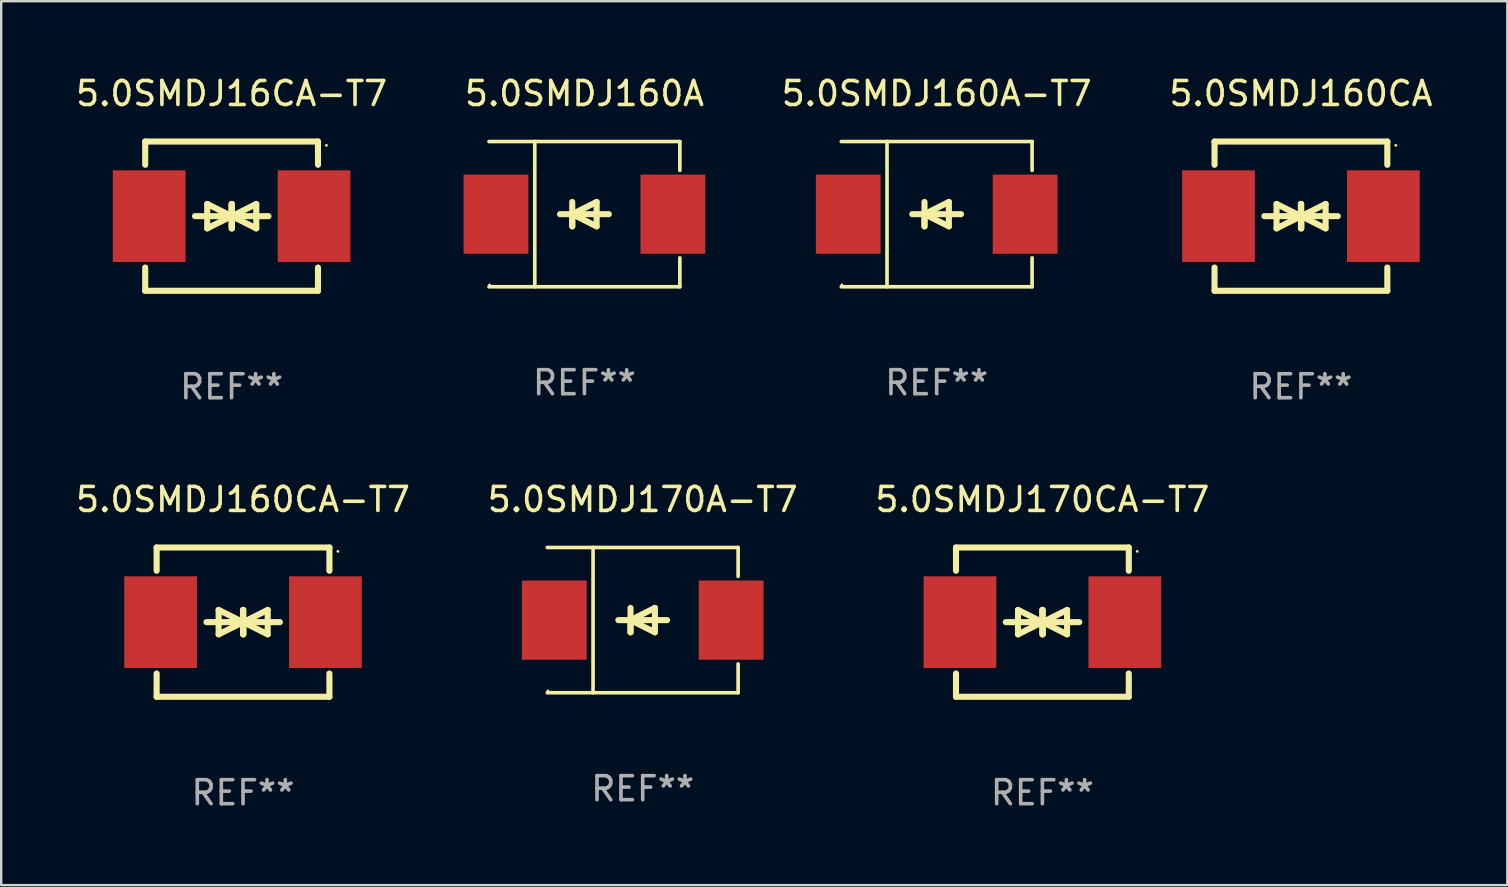
<source format=kicad_pcb>
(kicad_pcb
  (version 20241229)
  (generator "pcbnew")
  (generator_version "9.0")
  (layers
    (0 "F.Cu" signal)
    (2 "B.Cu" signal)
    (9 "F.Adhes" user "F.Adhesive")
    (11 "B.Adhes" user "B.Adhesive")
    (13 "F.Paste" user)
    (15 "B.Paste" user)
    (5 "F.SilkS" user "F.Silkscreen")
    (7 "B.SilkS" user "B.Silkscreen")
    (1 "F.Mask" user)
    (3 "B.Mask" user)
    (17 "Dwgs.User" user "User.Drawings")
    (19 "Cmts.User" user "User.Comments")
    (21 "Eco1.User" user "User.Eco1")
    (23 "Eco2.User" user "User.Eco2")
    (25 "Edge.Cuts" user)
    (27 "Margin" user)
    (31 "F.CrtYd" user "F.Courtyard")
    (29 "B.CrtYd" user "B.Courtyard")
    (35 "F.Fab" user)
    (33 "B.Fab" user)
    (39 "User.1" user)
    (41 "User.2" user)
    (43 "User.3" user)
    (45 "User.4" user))
  (footprint "5.0SMDJ16CA-T7"
    (layer "F.Cu")
    (at 6.601 5.958)
    (property "Reference" "5.0SMDJ16CA-T7" (at 0 -5.11 0) (layer "F.SilkS") (effects (font (size 1 1) (thickness 0.15))))
    (attr through_hole)
    (fp_line (start -3.6 -2.141) (end -3.6 -3.11) (stroke (width 0.254) (type solid)) (layer "F.SilkS"))
    (fp_line (start -3.6 3.11) (end -3.6 2.141) (stroke (width 0.254) (type solid)) (layer "F.SilkS"))
    (fp_line (start -1.524 0) (end 0.508 0) (stroke (width 0.254) (type solid)) (layer "F.SilkS"))
    (fp_line (start -1.016 -0.508) (end -1.016 0.508) (stroke (width 0.254) (type solid)) (layer "F.SilkS"))
    (fp_line (start -1.016 0.508) (end 0 0) (stroke (width 0.254) (type solid)) (layer "F.SilkS"))
    (fp_line (start 0 -0.508) (end 0 0.508) (stroke (width 0.254) (type solid)) (layer "F.SilkS"))
    (fp_line (start 0 0) (end -1.016 -0.508) (stroke (width 0.254) (type solid)) (layer "F.SilkS"))
    (fp_line (start 0 0) (end 0 -0.508) (stroke (width 0.254) (type solid)) (layer "F.SilkS"))
    (fp_line (start 0.012 0) (end 0.012 0.508) (stroke (width 0.254) (type solid)) (layer "F.SilkS"))
    (fp_line (start 0.012 0) (end 1.028 0.508) (stroke (width 0.254) (type solid)) (layer "F.SilkS"))
    (fp_line (start 0.012 0.508) (end 0.012 -0.508) (stroke (width 0.254) (type solid)) (layer "F.SilkS"))
    (fp_line (start 1.028 -0.508) (end 0.012 0) (stroke (width 0.254) (type solid)) (layer "F.SilkS"))
    (fp_line (start 1.028 0.508) (end 1.028 -0.508) (stroke (width 0.254) (type solid)) (layer "F.SilkS"))
    (fp_line (start 1.536 0) (end -0.496 0) (stroke (width 0.254) (type solid)) (layer "F.SilkS"))
    (fp_line (start 3.6 -3.11) (end -3.6 -3.11) (stroke (width 0.254) (type solid)) (layer "F.SilkS"))
    (fp_line (start 3.6 -2.141) (end 3.6 -3.11) (stroke (width 0.254) (type solid)) (layer "F.SilkS"))
    (fp_line (start 3.6 3.11) (end -3.6 3.11) (stroke (width 0.254) (type solid)) (layer "F.SilkS"))
    (fp_line (start 3.6 3.11) (end 3.6 2.141) (stroke (width 0.254) (type solid)) (layer "F.SilkS"))
    (fp_circle (center 3.952 -2.95) (end 3.982 -2.95) (stroke (width 0.06) (type solid)) (fill no) (layer "F.SilkS"))
    (fp_text user "REF**" (at 0 7.11 0) (layer "F.Fab") (effects (font (size 1 1) (thickness 0.15))))
    (pad "1" smd rect (at 3.435 0) (size 3.03 3.82) (layers "F.Cu" "F.Mask" "F.Paste"))
    (pad "2" smd rect (at -3.435 0) (size 3.03 3.82) (layers "F.Cu" "F.Mask" "F.Paste")))
  (footprint "5.0SMDJ170A-T7"
    (layer "F.Cu")
    (at 23.732 22.791)
    (property "Reference" "5.0SMDJ170A-T7" (at 0 -5.026 0) (layer "F.SilkS") (effects (font (size 1 1) (thickness 0.15))))
    (attr through_hole)
    (fp_line (start -3.976 -3.026) (end 3.976 -3.026) (stroke (width 0.152) (type solid)) (layer "F.SilkS"))
    (fp_line (start -3.976 3.026) (end 3.976 3.026) (stroke (width 0.152) (type solid)) (layer "F.SilkS"))
    (fp_line (start -2.069 -3.026) (end -2.069 3.026) (stroke (width 0.152) (type solid)) (layer "F.SilkS"))
    (fp_line (start -0.508 0) (end -0.508 0.508) (stroke (width 0.254) (type solid)) (layer "F.SilkS"))
    (fp_line (start -0.508 0) (end 0.508 0.508) (stroke (width 0.254) (type solid)) (layer "F.SilkS"))
    (fp_line (start -0.508 0.508) (end -0.508 -0.508) (stroke (width 0.254) (type solid)) (layer "F.SilkS"))
    (fp_line (start 0.508 -0.508) (end -0.508 0) (stroke (width 0.254) (type solid)) (layer "F.SilkS"))
    (fp_line (start 0.508 0.508) (end 0.508 -0.508) (stroke (width 0.254) (type solid)) (layer "F.SilkS"))
    (fp_line (start 1.016 0) (end -1.016 0) (stroke (width 0.254) (type solid)) (layer "F.SilkS"))
    (fp_line (start 3.976 -3.026) (end 3.976 -1.823) (stroke (width 0.152) (type solid)) (layer "F.SilkS"))
    (fp_line (start 3.976 3.026) (end 3.976 1.823) (stroke (width 0.152) (type solid)) (layer "F.SilkS"))
    (fp_circle (center -3.95 2.95) (end -3.92 2.95) (stroke (width 0.06) (type solid)) (fill no) (layer "F.SilkS"))
    (fp_text user "REF**" (at 0 7.026 0) (layer "F.Fab") (effects (font (size 1 1) (thickness 0.15))))
    (pad "1" smd rect (at -3.686 0) (size 2.7 3.3) (layers "F.Cu" "F.Mask" "F.Paste"))
    (pad "2" smd rect (at 3.686 0) (size 2.7 3.3) (layers "F.Cu" "F.Mask" "F.Paste")))
  (footprint "5.0SMDJ160A-T7"
    (layer "F.Cu")
    (at 35.982 5.874)
    (property "Reference" "5.0SMDJ160A-T7" (at 0 -5.026 0) (layer "F.SilkS") (effects (font (size 1 1) (thickness 0.15))))
    (attr through_hole)
    (fp_line (start -3.976 -3.026) (end 3.976 -3.026) (stroke (width 0.152) (type solid)) (layer "F.SilkS"))
    (fp_line (start -3.976 3.026) (end 3.976 3.026) (stroke (width 0.152) (type solid)) (layer "F.SilkS"))
    (fp_line (start -2.069 -3.026) (end -2.069 3.026) (stroke (width 0.152) (type solid)) (layer "F.SilkS"))
    (fp_line (start -0.508 0) (end -0.508 0.508) (stroke (width 0.254) (type solid)) (layer "F.SilkS"))
    (fp_line (start -0.508 0) (end 0.508 0.508) (stroke (width 0.254) (type solid)) (layer "F.SilkS"))
    (fp_line (start -0.508 0.508) (end -0.508 -0.508) (stroke (width 0.254) (type solid)) (layer "F.SilkS"))
    (fp_line (start 0.508 -0.508) (end -0.508 0) (stroke (width 0.254) (type solid)) (layer "F.SilkS"))
    (fp_line (start 0.508 0.508) (end 0.508 -0.508) (stroke (width 0.254) (type solid)) (layer "F.SilkS"))
    (fp_line (start 1.016 0) (end -1.016 0) (stroke (width 0.254) (type solid)) (layer "F.SilkS"))
    (fp_line (start 3.976 -3.026) (end 3.976 -1.823) (stroke (width 0.152) (type solid)) (layer "F.SilkS"))
    (fp_line (start 3.976 3.026) (end 3.976 1.823) (stroke (width 0.152) (type solid)) (layer "F.SilkS"))
    (fp_circle (center -3.95 2.95) (end -3.92 2.95) (stroke (width 0.06) (type solid)) (fill no) (layer "F.SilkS"))
    (fp_text user "REF**" (at 0 7.026 0) (layer "F.Fab") (effects (font (size 1 1) (thickness 0.15))))
    (pad "1" smd rect (at -3.686 0) (size 2.7 3.3) (layers "F.Cu" "F.Mask" "F.Paste"))
    (pad "2" smd rect (at 3.686 0) (size 2.7 3.3) (layers "F.Cu" "F.Mask" "F.Paste")))
  (footprint "5.0SMDJ160CA-T7"
    (layer "F.Cu")
    (at 7.077 22.875)
    (property "Reference" "5.0SMDJ160CA-T7" (at 0 -5.11 0) (layer "F.SilkS") (effects (font (size 1 1) (thickness 0.15))))
    (attr through_hole)
    (fp_line (start -3.6 -2.141) (end -3.6 -3.11) (stroke (width 0.254) (type solid)) (layer "F.SilkS"))
    (fp_line (start -3.6 3.11) (end -3.6 2.141) (stroke (width 0.254) (type solid)) (layer "F.SilkS"))
    (fp_line (start -1.524 0) (end 0.508 0) (stroke (width 0.254) (type solid)) (layer "F.SilkS"))
    (fp_line (start -1.016 -0.508) (end -1.016 0.508) (stroke (width 0.254) (type solid)) (layer "F.SilkS"))
    (fp_line (start -1.016 0.508) (end 0 0) (stroke (width 0.254) (type solid)) (layer "F.SilkS"))
    (fp_line (start 0 -0.508) (end 0 0.508) (stroke (width 0.254) (type solid)) (layer "F.SilkS"))
    (fp_line (start 0 0) (end -1.016 -0.508) (stroke (width 0.254) (type solid)) (layer "F.SilkS"))
    (fp_line (start 0 0) (end 0 -0.508) (stroke (width 0.254) (type solid)) (layer "F.SilkS"))
    (fp_line (start 0.012 0) (end 0.012 0.508) (stroke (width 0.254) (type solid)) (layer "F.SilkS"))
    (fp_line (start 0.012 0) (end 1.028 0.508) (stroke (width 0.254) (type solid)) (layer "F.SilkS"))
    (fp_line (start 0.012 0.508) (end 0.012 -0.508) (stroke (width 0.254) (type solid)) (layer "F.SilkS"))
    (fp_line (start 1.028 -0.508) (end 0.012 0) (stroke (width 0.254) (type solid)) (layer "F.SilkS"))
    (fp_line (start 1.028 0.508) (end 1.028 -0.508) (stroke (width 0.254) (type solid)) (layer "F.SilkS"))
    (fp_line (start 1.536 0) (end -0.496 0) (stroke (width 0.254) (type solid)) (layer "F.SilkS"))
    (fp_line (start 3.6 -3.11) (end -3.6 -3.11) (stroke (width 0.254) (type solid)) (layer "F.SilkS"))
    (fp_line (start 3.6 -2.141) (end 3.6 -3.11) (stroke (width 0.254) (type solid)) (layer "F.SilkS"))
    (fp_line (start 3.6 3.11) (end -3.6 3.11) (stroke (width 0.254) (type solid)) (layer "F.SilkS"))
    (fp_line (start 3.6 3.11) (end 3.6 2.141) (stroke (width 0.254) (type solid)) (layer "F.SilkS"))
    (fp_circle (center 3.952 -2.95) (end 3.982 -2.95) (stroke (width 0.06) (type solid)) (fill no) (layer "F.SilkS"))
    (fp_text user "REF**" (at 0 7.11 0) (layer "F.Fab") (effects (font (size 1 1) (thickness 0.15))))
    (pad "1" smd rect (at 3.435 0) (size 3.03 3.82) (layers "F.Cu" "F.Mask" "F.Paste"))
    (pad "2" smd rect (at -3.435 0) (size 3.03 3.82) (layers "F.Cu" "F.Mask" "F.Paste")))
  (footprint "5.0SMDJ160CA"
    (layer "F.Cu")
    (at 51.161 5.958)
    (property "Reference" "5.0SMDJ160CA" (at 0 -5.11 0) (layer "F.SilkS") (effects (font (size 1 1) (thickness 0.15))))
    (attr through_hole)
    (fp_line (start -3.6 -2.141) (end -3.6 -3.11) (stroke (width 0.254) (type solid)) (layer "F.SilkS"))
    (fp_line (start -3.6 3.11) (end -3.6 2.141) (stroke (width 0.254) (type solid)) (layer "F.SilkS"))
    (fp_line (start -1.524 0) (end 0.508 0) (stroke (width 0.254) (type solid)) (layer "F.SilkS"))
    (fp_line (start -1.016 -0.508) (end -1.016 0.508) (stroke (width 0.254) (type solid)) (layer "F.SilkS"))
    (fp_line (start -1.016 0.508) (end 0 0) (stroke (width 0.254) (type solid)) (layer "F.SilkS"))
    (fp_line (start 0 -0.508) (end 0 0.508) (stroke (width 0.254) (type solid)) (layer "F.SilkS"))
    (fp_line (start 0 0) (end -1.016 -0.508) (stroke (width 0.254) (type solid)) (layer "F.SilkS"))
    (fp_line (start 0 0) (end 0 -0.508) (stroke (width 0.254) (type solid)) (layer "F.SilkS"))
    (fp_line (start 0.012 0) (end 0.012 0.508) (stroke (width 0.254) (type solid)) (layer "F.SilkS"))
    (fp_line (start 0.012 0) (end 1.028 0.508) (stroke (width 0.254) (type solid)) (layer "F.SilkS"))
    (fp_line (start 0.012 0.508) (end 0.012 -0.508) (stroke (width 0.254) (type solid)) (layer "F.SilkS"))
    (fp_line (start 1.028 -0.508) (end 0.012 0) (stroke (width 0.254) (type solid)) (layer "F.SilkS"))
    (fp_line (start 1.028 0.508) (end 1.028 -0.508) (stroke (width 0.254) (type solid)) (layer "F.SilkS"))
    (fp_line (start 1.536 0) (end -0.496 0) (stroke (width 0.254) (type solid)) (layer "F.SilkS"))
    (fp_line (start 3.6 -3.11) (end -3.6 -3.11) (stroke (width 0.254) (type solid)) (layer "F.SilkS"))
    (fp_line (start 3.6 -2.141) (end 3.6 -3.11) (stroke (width 0.254) (type solid)) (layer "F.SilkS"))
    (fp_line (start 3.6 3.11) (end -3.6 3.11) (stroke (width 0.254) (type solid)) (layer "F.SilkS"))
    (fp_line (start 3.6 3.11) (end 3.6 2.141) (stroke (width 0.254) (type solid)) (layer "F.SilkS"))
    (fp_circle (center 3.952 -2.95) (end 3.982 -2.95) (stroke (width 0.06) (type solid)) (fill no) (layer "F.SilkS"))
    (fp_text user "REF**" (at 0 7.11 0) (layer "F.Fab") (effects (font (size 1 1) (thickness 0.15))))
    (pad "1" smd rect (at 3.435 0) (size 3.03 3.82) (layers "F.Cu" "F.Mask" "F.Paste"))
    (pad "2" smd rect (at -3.435 0) (size 3.03 3.82) (layers "F.Cu" "F.Mask" "F.Paste")))
  (footprint "5.0SMDJ170CA-T7"
    (layer "F.Cu")
    (at 40.387 22.875)
    (property "Reference" "5.0SMDJ170CA-T7" (at 0 -5.11 0) (layer "F.SilkS") (effects (font (size 1 1) (thickness 0.15))))
    (attr through_hole)
    (fp_line (start -3.6 -2.141) (end -3.6 -3.11) (stroke (width 0.254) (type solid)) (layer "F.SilkS"))
    (fp_line (start -3.6 3.11) (end -3.6 2.141) (stroke (width 0.254) (type solid)) (layer "F.SilkS"))
    (fp_line (start -1.524 0) (end 0.508 0) (stroke (width 0.254) (type solid)) (layer "F.SilkS"))
    (fp_line (start -1.016 -0.508) (end -1.016 0.508) (stroke (width 0.254) (type solid)) (layer "F.SilkS"))
    (fp_line (start -1.016 0.508) (end 0 0) (stroke (width 0.254) (type solid)) (layer "F.SilkS"))
    (fp_line (start 0 -0.508) (end 0 0.508) (stroke (width 0.254) (type solid)) (layer "F.SilkS"))
    (fp_line (start 0 0) (end -1.016 -0.508) (stroke (width 0.254) (type solid)) (layer "F.SilkS"))
    (fp_line (start 0 0) (end 0 -0.508) (stroke (width 0.254) (type solid)) (layer "F.SilkS"))
    (fp_line (start 0.012 0) (end 0.012 0.508) (stroke (width 0.254) (type solid)) (layer "F.SilkS"))
    (fp_line (start 0.012 0) (end 1.028 0.508) (stroke (width 0.254) (type solid)) (layer "F.SilkS"))
    (fp_line (start 0.012 0.508) (end 0.012 -0.508) (stroke (width 0.254) (type solid)) (layer "F.SilkS"))
    (fp_line (start 1.028 -0.508) (end 0.012 0) (stroke (width 0.254) (type solid)) (layer "F.SilkS"))
    (fp_line (start 1.028 0.508) (end 1.028 -0.508) (stroke (width 0.254) (type solid)) (layer "F.SilkS"))
    (fp_line (start 1.536 0) (end -0.496 0) (stroke (width 0.254) (type solid)) (layer "F.SilkS"))
    (fp_line (start 3.6 -3.11) (end -3.6 -3.11) (stroke (width 0.254) (type solid)) (layer "F.SilkS"))
    (fp_line (start 3.6 -2.141) (end 3.6 -3.11) (stroke (width 0.254) (type solid)) (layer "F.SilkS"))
    (fp_line (start 3.6 3.11) (end -3.6 3.11) (stroke (width 0.254) (type solid)) (layer "F.SilkS"))
    (fp_line (start 3.6 3.11) (end 3.6 2.141) (stroke (width 0.254) (type solid)) (layer "F.SilkS"))
    (fp_circle (center 3.952 -2.95) (end 3.982 -2.95) (stroke (width 0.06) (type solid)) (fill no) (layer "F.SilkS"))
    (fp_text user "REF**" (at 0 7.11 0) (layer "F.Fab") (effects (font (size 1 1) (thickness 0.15))))
    (pad "1" smd rect (at 3.435 0) (size 3.03 3.82) (layers "F.Cu" "F.Mask" "F.Paste"))
    (pad "2" smd rect (at -3.435 0) (size 3.03 3.82) (layers "F.Cu" "F.Mask" "F.Paste")))
  (footprint "5.0SMDJ160A"
    (layer "F.Cu")
    (at 21.304 5.874)
    (property "Reference" "5.0SMDJ160A" (at 0 -5.026 0) (layer "F.SilkS") (effects (font (size 1 1) (thickness 0.15))))
    (attr through_hole)
    (fp_line (start -3.976 -3.026) (end 3.976 -3.026) (stroke (width 0.152) (type solid)) (layer "F.SilkS"))
    (fp_line (start -3.976 3.026) (end 3.976 3.026) (stroke (width 0.152) (type solid)) (layer "F.SilkS"))
    (fp_line (start -2.069 -3.026) (end -2.069 3.026) (stroke (width 0.152) (type solid)) (layer "F.SilkS"))
    (fp_line (start -0.508 0) (end -0.508 0.508) (stroke (width 0.254) (type solid)) (layer "F.SilkS"))
    (fp_line (start -0.508 0) (end 0.508 0.508) (stroke (width 0.254) (type solid)) (layer "F.SilkS"))
    (fp_line (start -0.508 0.508) (end -0.508 -0.508) (stroke (width 0.254) (type solid)) (layer "F.SilkS"))
    (fp_line (start 0.508 -0.508) (end -0.508 0) (stroke (width 0.254) (type solid)) (layer "F.SilkS"))
    (fp_line (start 0.508 0.508) (end 0.508 -0.508) (stroke (width 0.254) (type solid)) (layer "F.SilkS"))
    (fp_line (start 1.016 0) (end -1.016 0) (stroke (width 0.254) (type solid)) (layer "F.SilkS"))
    (fp_line (start 3.976 -3.026) (end 3.976 -1.823) (stroke (width 0.152) (type solid)) (layer "F.SilkS"))
    (fp_line (start 3.976 3.026) (end 3.976 1.823) (stroke (width 0.152) (type solid)) (layer "F.SilkS"))
    (fp_circle (center -3.95 2.95) (end -3.92 2.95) (stroke (width 0.06) (type solid)) (fill no) (layer "F.SilkS"))
    (fp_text user "REF**" (at 0 7.026 0) (layer "F.Fab") (effects (font (size 1 1) (thickness 0.15))))
    (pad "1" smd rect (at -3.686 0) (size 2.7 3.3) (layers "F.Cu" "F.Mask" "F.Paste"))
    (pad "2" smd rect (at 3.686 0) (size 2.7 3.3) (layers "F.Cu" "F.Mask" "F.Paste")))
  (gr_rect
    (start -3 -3)
    (end 59.762 33.833)
    (stroke (width 0.1) (type default))
    (fill no)
    (layer "Edge.Cuts")))
</source>
